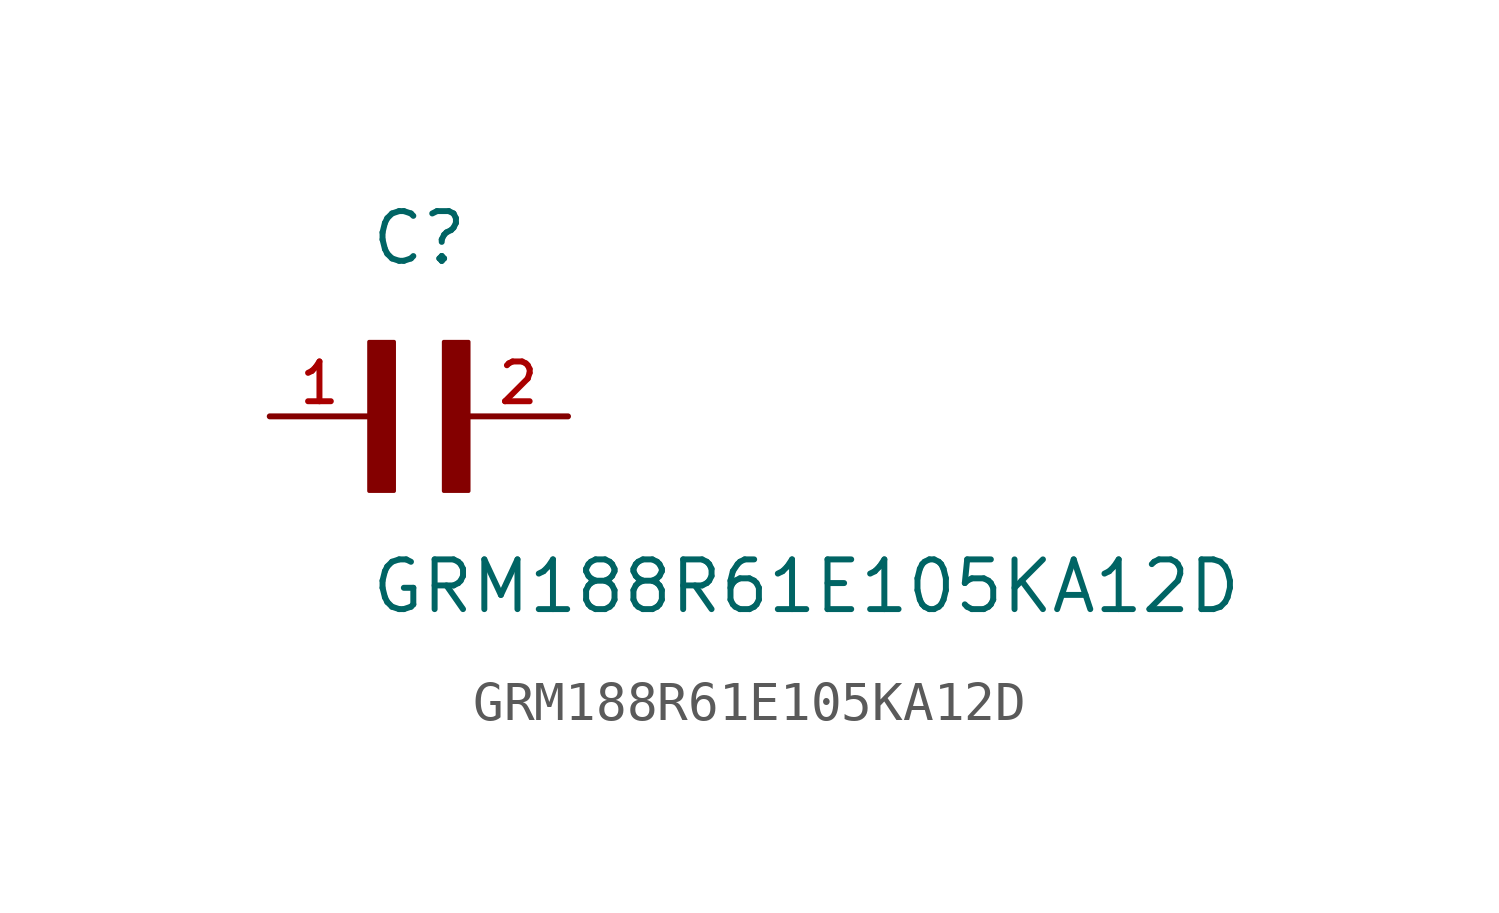
<source format=kicad_sym>
(kicad_symbol_lib
  (version 20211014)
  (generator kicad_symbol_editor)
  (symbol "GRM188R61E105KA12D"
    (pin_names
      (offset 1.016))
    (property "Reference" "C"
      (at 0.0 3.811 0)
      (effects (font (size 1.27 1.27)) (justify bottom left)))
    (property "Value" "GRM188R61E105KA12D"
      (at 0.0 -5.088 0)
      (effects (font (size 1.27 1.27)) (justify bottom left)))
    (symbol "GRM188R61E105KA12D_0_0"
      (rectangle (start 0.0 -1.907) (end 0.635 1.905) (stroke (width 0.1)) (fill (type outline)))
      (rectangle (start 1.907 -1.907) (end 2.54 1.905) (stroke (width 0.1)) (fill (type outline)))
      (pin passive line (at 5.08 0.0 180.0) (length 2.54) (name "~" (effects (font (size 1.016 1.016)))) (number "2" (effects (font (size 1.016 1.016)))))
      (pin passive line (at -2.54 0.0 0) (length 2.54) (name "~" (effects (font (size 1.016 1.016)))) (number "1" (effects (font (size 1.016 1.016))))))))
</source>
